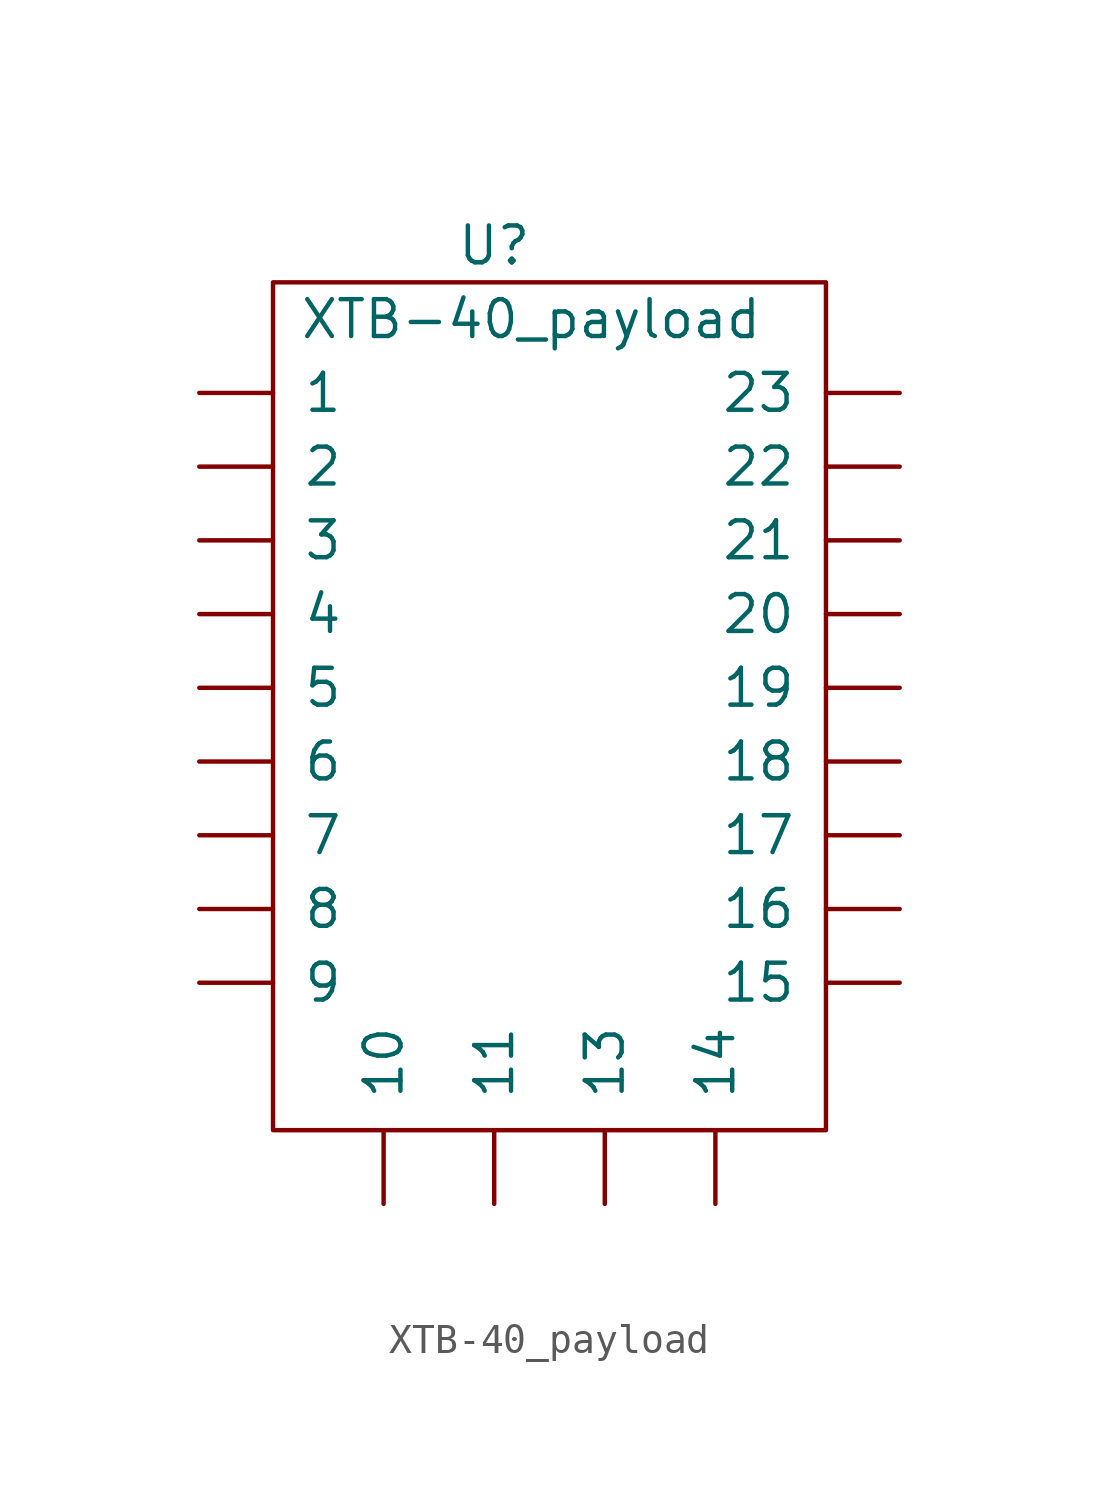
<source format=kicad_sym>
(kicad_symbol_lib
  (version 20231120)
  (generator "kicad_symbol_editor")
  (generator_version "8.0")
  (symbol "XTB-40_payload"
    (pin_names
      (offset 1.016))
    (property "Reference" "U"
      (at -2.54 13.97 0)
      (effects (font (size 1.27 1.27))))
    (property "Value" "XTB-40_payload"
      (at -1.27 11.43 0)
      (effects (font (size 1.27 1.27))))
    (symbol "XTB-40_payload_1_0"
      (pin bidirectional line (at -12.7 8.89 0) (length 2.54) (name "1" (effects (font (size 1.27 1.27)))) (number "1" (effects (font (size 0 0))))))
    (symbol "XTB-40_payload_1_1"
      (rectangle (start -10.16 12.7) (end 8.89 -16.51) (stroke (width 0) (type solid)) (fill (type none)))
      (pin bidirectional line (at -6.35 -19.05 90) (length 2.54) (name "10" (effects (font (size 1.27 1.27)))) (number "10" (effects (font (size 0 0)))))
      (pin bidirectional line (at -2.54 -19.05 90) (length 2.54) (name "11" (effects (font (size 1.27 1.27)))) (number "11" (effects (font (size 0 0)))))
      (pin bidirectional line (at 1.27 -19.05 90) (length 2.54) (name "13" (effects (font (size 1.27 1.27)))) (number "13" (effects (font (size 0 0)))))
      (pin bidirectional line (at 5.08 -19.05 90) (length 2.54) (name "14" (effects (font (size 1.27 1.27)))) (number "14" (effects (font (size 0 0)))))
      (pin bidirectional line (at 11.43 -11.43 180) (length 2.54) (name "15" (effects (font (size 1.27 1.27)))) (number "15" (effects (font (size 0 0)))))
      (pin bidirectional line (at 11.43 -8.89 180) (length 2.54) (name "16" (effects (font (size 1.27 1.27)))) (number "16" (effects (font (size 0 0)))))
      (pin bidirectional line (at 11.43 -6.35 180) (length 2.54) (name "17" (effects (font (size 1.27 1.27)))) (number "17" (effects (font (size 0 0)))))
      (pin bidirectional line (at 11.43 -3.81 180) (length 2.54) (name "18" (effects (font (size 1.27 1.27)))) (number "18" (effects (font (size 0 0)))))
      (pin bidirectional line (at 11.43 -1.27 180) (length 2.54) (name "19" (effects (font (size 1.27 1.27)))) (number "19" (effects (font (size 0 0)))))
      (pin bidirectional line (at -12.7 6.35 0) (length 2.54) (name "2" (effects (font (size 1.27 1.27)))) (number "2" (effects (font (size 0 0)))))
      (pin bidirectional line (at 11.43 1.27 180) (length 2.54) (name "20" (effects (font (size 1.27 1.27)))) (number "20" (effects (font (size 0 0)))))
      (pin bidirectional line (at 11.43 3.81 180) (length 2.54) (name "21" (effects (font (size 1.27 1.27)))) (number "21" (effects (font (size 0 0)))))
      (pin bidirectional line (at 11.43 6.35 180) (length 2.54) (name "22" (effects (font (size 1.27 1.27)))) (number "22" (effects (font (size 0 0)))))
      (pin bidirectional line (at 11.43 8.89 180) (length 2.54) (name "23" (effects (font (size 1.27 1.27)))) (number "23" (effects (font (size 0 0)))))
      (pin bidirectional line (at -12.7 3.81 0) (length 2.54) (name "3" (effects (font (size 1.27 1.27)))) (number "3" (effects (font (size 0 0)))))
      (pin bidirectional line (at -12.7 1.27 0) (length 2.54) (name "4" (effects (font (size 1.27 1.27)))) (number "4" (effects (font (size 0 0)))))
      (pin bidirectional line (at -12.7 -1.27 0) (length 2.54) (name "5" (effects (font (size 1.27 1.27)))) (number "5" (effects (font (size 0 0)))))
      (pin bidirectional line (at -12.7 -3.81 0) (length 2.54) (name "6" (effects (font (size 1.27 1.27)))) (number "6" (effects (font (size 0 0)))))
      (pin bidirectional line (at -12.7 -6.35 0) (length 2.54) (name "7" (effects (font (size 1.27 1.27)))) (number "7" (effects (font (size 0 0)))))
      (pin bidirectional line (at -12.7 -8.89 0) (length 2.54) (name "8" (effects (font (size 1.27 1.27)))) (number "8" (effects (font (size 0 0)))))
      (pin bidirectional line (at -12.7 -11.43 0) (length 2.54) (name "9" (effects (font (size 1.27 1.27)))) (number "9" (effects (font (size 0 0))))))))
</source>
